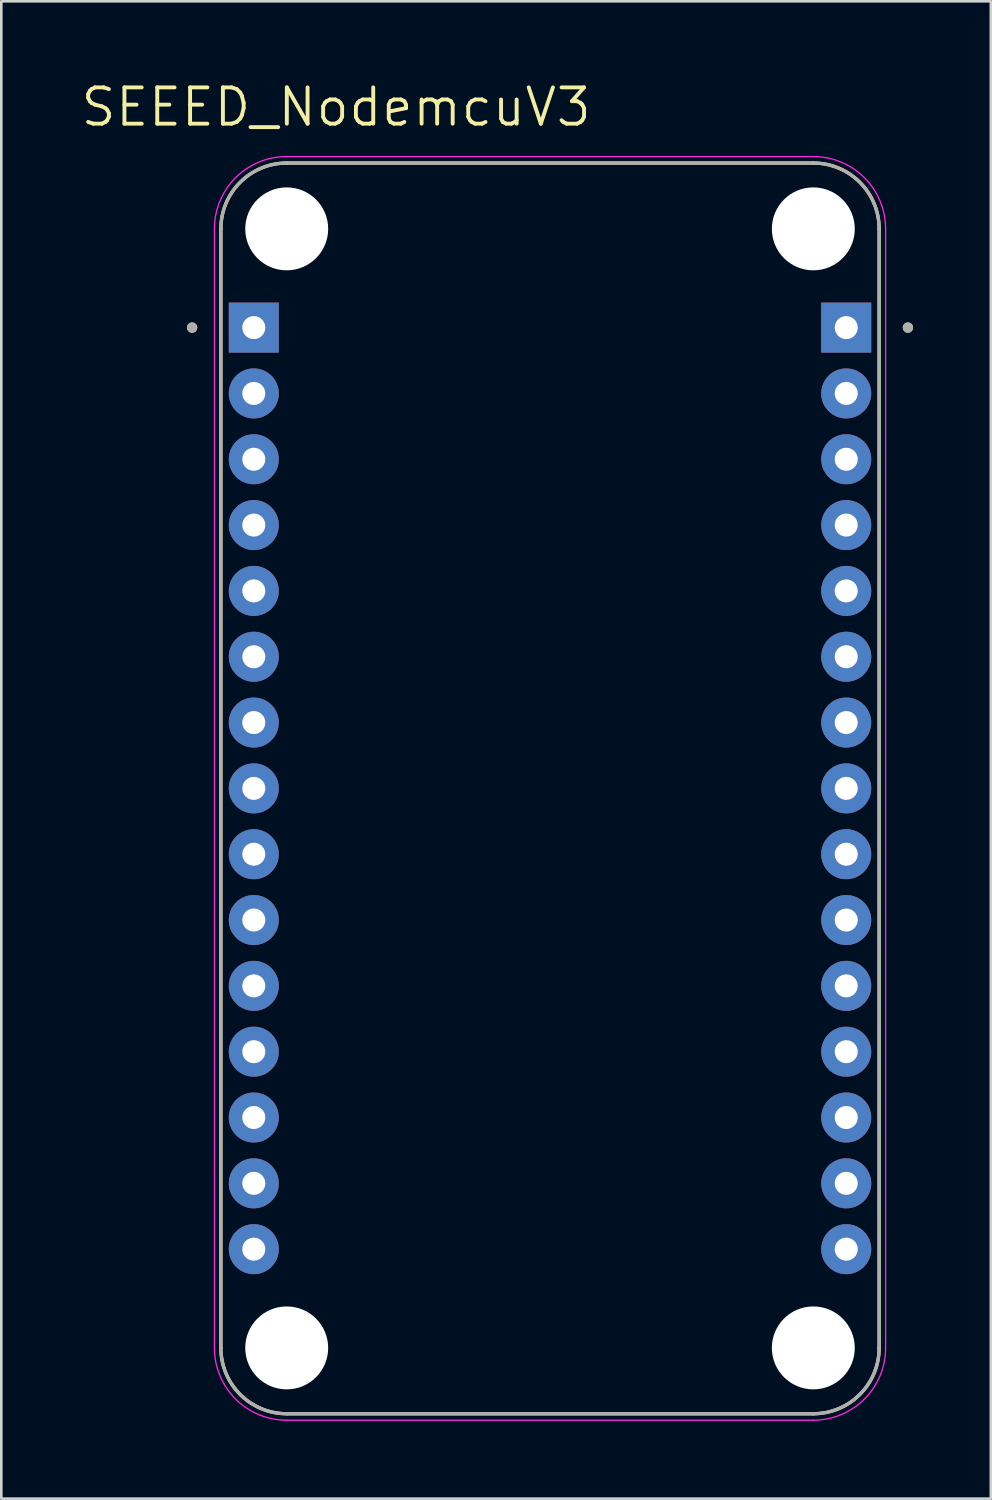
<source format=kicad_pcb>
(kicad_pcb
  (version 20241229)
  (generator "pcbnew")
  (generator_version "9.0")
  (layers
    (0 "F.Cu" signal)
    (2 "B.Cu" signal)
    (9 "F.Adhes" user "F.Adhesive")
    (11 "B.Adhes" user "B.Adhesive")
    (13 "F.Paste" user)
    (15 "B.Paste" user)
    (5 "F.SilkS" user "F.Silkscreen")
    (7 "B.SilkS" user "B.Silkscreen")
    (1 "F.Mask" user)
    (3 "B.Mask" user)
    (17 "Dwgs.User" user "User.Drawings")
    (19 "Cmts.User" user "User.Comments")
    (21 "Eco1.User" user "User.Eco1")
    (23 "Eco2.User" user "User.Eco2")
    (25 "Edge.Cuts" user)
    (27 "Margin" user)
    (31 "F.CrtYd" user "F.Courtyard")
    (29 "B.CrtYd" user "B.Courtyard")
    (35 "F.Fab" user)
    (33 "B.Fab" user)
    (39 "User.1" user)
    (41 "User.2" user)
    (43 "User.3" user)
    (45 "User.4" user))
  (footprint "SEEED_NodemcuV3"
    (layer "F.Cu")
    (at 18.173 27.371)
    (property "Reference" "SEEED_NodemcuV3" (at -8.255 -26.289 0) (layer "F.SilkS") (effects (font (size 1.4 1.4) (thickness 0.15))))
    (attr through_hole)
    (fp_line (start -12.7 21.59) (end -12.7 -21.59) (stroke (width 0.127) (type solid)) (layer "F.SilkS"))
    (fp_line (start -10.16 -24.13) (end 10.16 -24.13) (stroke (width 0.127) (type solid)) (layer "F.SilkS"))
    (fp_line (start 10.16 24.13) (end -10.16 24.13) (stroke (width 0.127) (type solid)) (layer "F.SilkS"))
    (fp_line (start 12.7 -21.59) (end 12.7 21.59) (stroke (width 0.127) (type solid)) (layer "F.SilkS"))
    (fp_arc (start -12.7 -21.59) (mid -11.956051 -23.386051) (end -10.16 -24.13) (stroke (width 0.127) (type solid)) (layer "F.SilkS"))
    (fp_arc (start -10.16 24.13) (mid -11.956051 23.386051) (end -12.7 21.59) (stroke (width 0.127) (type solid)) (layer "F.SilkS"))
    (fp_arc (start 10.16 -24.13) (mid 11.956051 -23.386051) (end 12.7 -21.59) (stroke (width 0.127) (type solid)) (layer "F.SilkS"))
    (fp_arc (start 12.7 21.59) (mid 11.956051 23.386051) (end 10.16 24.13) (stroke (width 0.127) (type solid)) (layer "F.SilkS"))
    (fp_circle (center -13.81 -17.78) (end -13.71 -17.78) (stroke (width 0.2) (type solid)) (fill no) (layer "F.SilkS"))
    (fp_circle (center 13.81 -17.78) (end 13.91 -17.78) (stroke (width 0.2) (type solid)) (fill no) (layer "F.SilkS"))
    (fp_line (start -12.95 21.59) (end -12.95 -21.59) (stroke (width 0.05) (type solid)) (layer "F.CrtYd"))
    (fp_line (start -10.16 -24.38) (end 10.16 -24.38) (stroke (width 0.05) (type solid)) (layer "F.CrtYd"))
    (fp_line (start 10.16 24.38) (end -10.16 24.38) (stroke (width 0.05) (type solid)) (layer "F.CrtYd"))
    (fp_line (start 12.95 -21.59) (end 12.95 21.59) (stroke (width 0.05) (type solid)) (layer "F.CrtYd"))
    (fp_arc (start -12.95 -21.59) (mid -12.132828 -23.562828) (end -10.16 -24.38) (stroke (width 0.05) (type solid)) (layer "F.CrtYd"))
    (fp_arc (start -10.16 24.38) (mid -12.132828 23.562828) (end -12.95 21.59) (stroke (width 0.05) (type solid)) (layer "F.CrtYd"))
    (fp_arc (start 10.16 -24.38) (mid 12.132828 -23.562828) (end 12.95 -21.59) (stroke (width 0.05) (type solid)) (layer "F.CrtYd"))
    (fp_arc (start 12.95 21.59) (mid 12.132828 23.562828) (end 10.16 24.38) (stroke (width 0.05) (type solid)) (layer "F.CrtYd"))
    (fp_line (start -12.7 21.59) (end -12.7 -21.59) (stroke (width 0.127) (type solid)) (layer "F.Fab"))
    (fp_line (start -10.16 -24.13) (end 10.16 -24.13) (stroke (width 0.127) (type solid)) (layer "F.Fab"))
    (fp_line (start 10.16 24.13) (end -10.16 24.13) (stroke (width 0.127) (type solid)) (layer "F.Fab"))
    (fp_line (start 12.7 -21.59) (end 12.7 21.59) (stroke (width 0.127) (type solid)) (layer "F.Fab"))
    (fp_arc (start -12.7 -21.59) (mid -11.956051 -23.386051) (end -10.16 -24.13) (stroke (width 0.127) (type solid)) (layer "F.Fab"))
    (fp_arc (start -10.16 24.13) (mid -11.956051 23.386051) (end -12.7 21.59) (stroke (width 0.127) (type solid)) (layer "F.Fab"))
    (fp_arc (start 10.16 -24.13) (mid 11.956051 -23.386051) (end 12.7 -21.59) (stroke (width 0.127) (type solid)) (layer "F.Fab"))
    (fp_arc (start 12.7 21.59) (mid 11.956051 23.386051) (end 10.16 24.13) (stroke (width 0.127) (type solid)) (layer "F.Fab"))
    (fp_circle (center -13.81 -17.78) (end -13.71 -17.78) (stroke (width 0.2) (type solid)) (fill no) (layer "F.Fab"))
    (fp_circle (center 13.81 -17.78) (end 13.91 -17.78) (stroke (width 0.2) (type solid)) (fill no) (layer "F.Fab"))
    (pad "" np_thru_hole circle (at -10.16 -21.59) (size 3.2 3.2) (drill 3.2) (layers "*.Cu" "*.Mask"))
    (pad "" np_thru_hole circle (at -10.16 21.59) (size 3.2 3.2) (drill 3.2) (layers "*.Cu" "*.Mask"))
    (pad "" np_thru_hole circle (at 10.16 -21.59) (size 3.2 3.2) (drill 3.2) (layers "*.Cu" "*.Mask"))
    (pad "" np_thru_hole circle (at 10.16 21.59) (size 3.2 3.2) (drill 3.2) (layers "*.Cu" "*.Mask"))
    (pad "J1_1" thru_hole rect (at -11.43 -17.78) (size 1.93 1.93) (drill 0.889) (layers "*.Cu" "*.Mask"))
    (pad "J1_2" thru_hole circle (at -11.43 -15.24) (size 1.93 1.93) (drill 0.889) (layers "*.Cu" "*.Mask"))
    (pad "J1_3" thru_hole circle (at -11.43 -12.7) (size 1.93 1.93) (drill 0.889) (layers "*.Cu" "*.Mask"))
    (pad "J1_4" thru_hole circle (at -11.43 -10.16) (size 1.93 1.93) (drill 0.889) (layers "*.Cu" "*.Mask"))
    (pad "J1_5" thru_hole circle (at -11.43 -7.62) (size 1.93 1.93) (drill 0.889) (layers "*.Cu" "*.Mask"))
    (pad "J1_6" thru_hole circle (at -11.43 -5.08) (size 1.93 1.93) (drill 0.889) (layers "*.Cu" "*.Mask"))
    (pad "J1_7" thru_hole circle (at -11.43 -2.54) (size 1.93 1.93) (drill 0.889) (layers "*.Cu" "*.Mask"))
    (pad "J1_8" thru_hole circle (at -11.43 0) (size 1.93 1.93) (drill 0.889) (layers "*.Cu" "*.Mask"))
    (pad "J1_9" thru_hole circle (at -11.43 2.54) (size 1.93 1.93) (drill 0.889) (layers "*.Cu" "*.Mask"))
    (pad "J1_10" thru_hole circle (at -11.43 5.08) (size 1.93 1.93) (drill 0.889) (layers "*.Cu" "*.Mask"))
    (pad "J1_11" thru_hole circle (at -11.43 7.62) (size 1.93 1.93) (drill 0.889) (layers "*.Cu" "*.Mask"))
    (pad "J1_12" thru_hole circle (at -11.43 10.16) (size 1.93 1.93) (drill 0.889) (layers "*.Cu" "*.Mask"))
    (pad "J1_13" thru_hole circle (at -11.43 12.7) (size 1.93 1.93) (drill 0.889) (layers "*.Cu" "*.Mask"))
    (pad "J1_14" thru_hole circle (at -11.43 15.24) (size 1.93 1.93) (drill 0.889) (layers "*.Cu" "*.Mask"))
    (pad "J1_15" thru_hole circle (at -11.43 17.78) (size 1.93 1.93) (drill 0.889) (layers "*.Cu" "*.Mask"))
    (pad "J2_1" thru_hole rect (at 11.43 -17.78) (size 1.93 1.93) (drill 0.889) (layers "*.Cu" "*.Mask"))
    (pad "J2_2" thru_hole circle (at 11.43 -15.24) (size 1.93 1.93) (drill 0.889) (layers "*.Cu" "*.Mask"))
    (pad "J2_3" thru_hole circle (at 11.43 -12.7) (size 1.93 1.93) (drill 0.889) (layers "*.Cu" "*.Mask"))
    (pad "J2_4" thru_hole circle (at 11.43 -10.16) (size 1.93 1.93) (drill 0.889) (layers "*.Cu" "*.Mask"))
    (pad "J2_5" thru_hole circle (at 11.43 -7.62) (size 1.93 1.93) (drill 0.889) (layers "*.Cu" "*.Mask"))
    (pad "J2_6" thru_hole circle (at 11.43 -5.08) (size 1.93 1.93) (drill 0.889) (layers "*.Cu" "*.Mask"))
    (pad "J2_7" thru_hole circle (at 11.43 -2.54) (size 1.93 1.93) (drill 0.889) (layers "*.Cu" "*.Mask"))
    (pad "J2_8" thru_hole circle (at 11.43 0) (size 1.93 1.93) (drill 0.889) (layers "*.Cu" "*.Mask"))
    (pad "J2_9" thru_hole circle (at 11.43 2.54) (size 1.93 1.93) (drill 0.889) (layers "*.Cu" "*.Mask"))
    (pad "J2_10" thru_hole circle (at 11.43 5.08) (size 1.93 1.93) (drill 0.889) (layers "*.Cu" "*.Mask"))
    (pad "J2_11" thru_hole circle (at 11.43 7.62) (size 1.93 1.93) (drill 0.889) (layers "*.Cu" "*.Mask"))
    (pad "J2_12" thru_hole circle (at 11.43 10.16) (size 1.93 1.93) (drill 0.889) (layers "*.Cu" "*.Mask"))
    (pad "J2_13" thru_hole circle (at 11.43 12.7) (size 1.93 1.93) (drill 0.889) (layers "*.Cu" "*.Mask"))
    (pad "J2_14" thru_hole circle (at 11.43 15.24) (size 1.93 1.93) (drill 0.889) (layers "*.Cu" "*.Mask"))
    (pad "J2_15" thru_hole circle (at 11.43 17.78) (size 1.93 1.93) (drill 0.889) (layers "*.Cu" "*.Mask")))
  (gr_rect
    (start -3 -3)
    (end 35.183 54.776)
    (stroke (width 0.1) (type default))
    (fill no)
    (layer "Edge.Cuts")))
</source>
